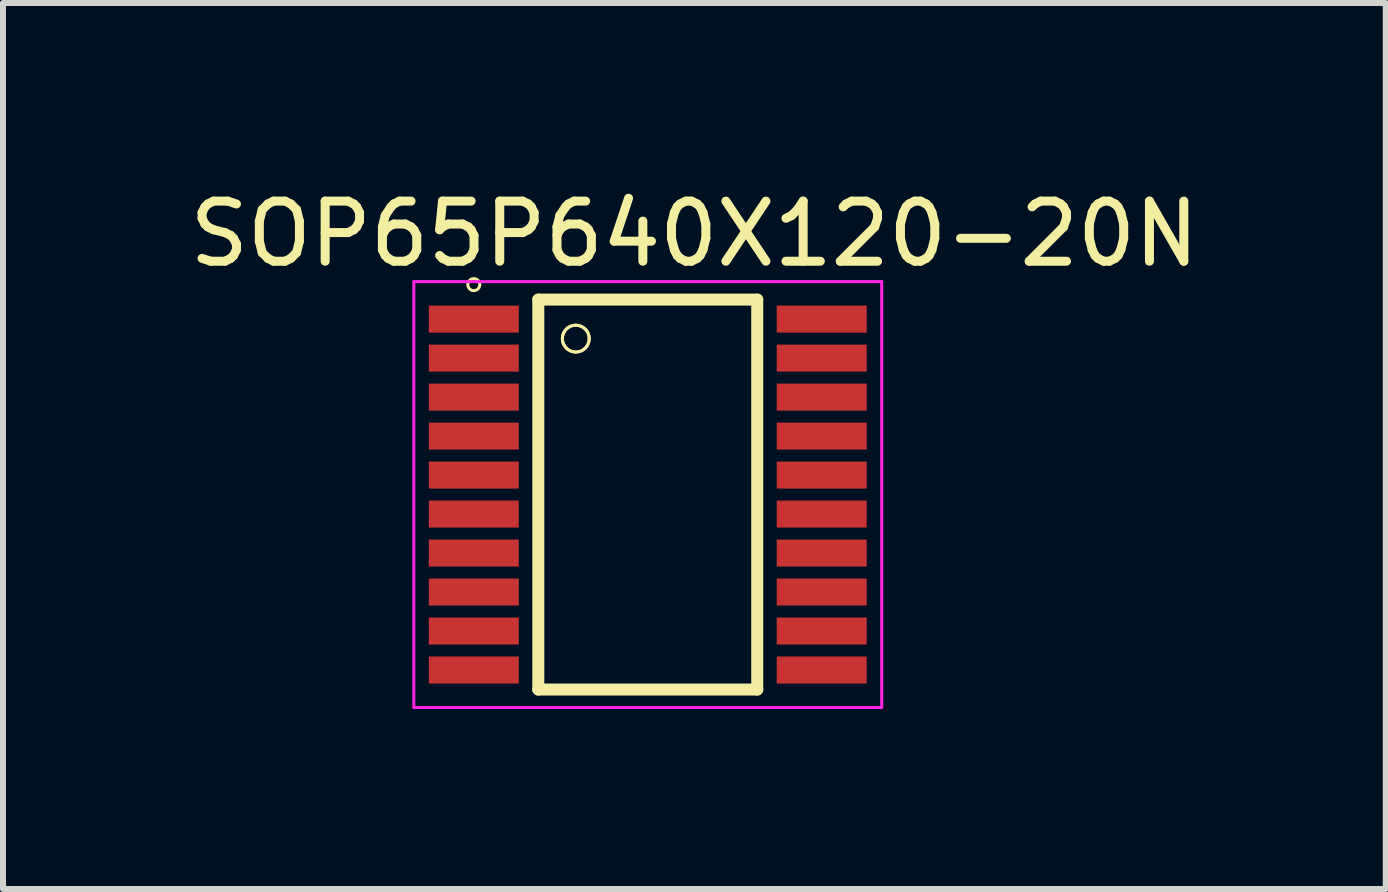
<source format=kicad_pcb>
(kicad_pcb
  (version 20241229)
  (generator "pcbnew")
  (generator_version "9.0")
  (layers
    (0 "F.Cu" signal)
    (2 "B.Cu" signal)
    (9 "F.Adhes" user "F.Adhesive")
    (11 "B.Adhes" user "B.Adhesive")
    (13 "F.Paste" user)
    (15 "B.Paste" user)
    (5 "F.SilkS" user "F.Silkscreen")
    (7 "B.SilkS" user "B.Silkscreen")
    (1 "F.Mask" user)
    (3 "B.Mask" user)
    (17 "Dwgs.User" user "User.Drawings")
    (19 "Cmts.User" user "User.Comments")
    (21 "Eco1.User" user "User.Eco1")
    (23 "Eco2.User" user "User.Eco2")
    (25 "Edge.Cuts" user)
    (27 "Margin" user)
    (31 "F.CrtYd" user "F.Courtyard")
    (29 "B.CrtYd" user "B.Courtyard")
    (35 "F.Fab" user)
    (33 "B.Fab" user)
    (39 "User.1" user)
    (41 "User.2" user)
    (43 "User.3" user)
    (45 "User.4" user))
  (footprint "SOP65P640X120-20N"
    (layer "F.Cu")
    (at 7.749 5.195)
    (property "Reference" "SOP65P640X120-20N" (at 0.777 -4.346 0) (layer "F.SilkS") (effects (font (size 1.002 1.002) (thickness 0.15))))
    (attr through_hole)
    (fp_line (start -1.825 -3.25) (end 1.825 -3.25) (stroke (width 0.2) (type solid)) (layer "F.SilkS"))
    (fp_line (start -1.825 3.25) (end -1.825 -3.25) (stroke (width 0.2) (type solid)) (layer "F.SilkS"))
    (fp_line (start 1.825 -3.25) (end 1.825 3.25) (stroke (width 0.2) (type solid)) (layer "F.SilkS"))
    (fp_line (start 1.825 3.25) (end -1.825 3.25) (stroke (width 0.2) (type solid)) (layer "F.SilkS"))
    (fp_circle (center -2.9 -3.5) (end -2.8 -3.5) (stroke (width 0.05) (type solid)) (fill no) (layer "F.SilkS"))
    (fp_circle (center -1.2 -2.6) (end -0.976 -2.6) (stroke (width 0.05) (type solid)) (fill no) (layer "F.SilkS"))
    (fp_circle (center -1.2 -2.6) (end -0.976 -2.6) (stroke (width 0.05) (type solid)) (fill no) (layer "F.SilkS"))
    (fp_line (start -3.9 -3.55) (end 3.9 -3.55) (stroke (width 0.05) (type solid)) (layer "F.CrtYd"))
    (fp_line (start -3.9 3.55) (end -3.9 -3.55) (stroke (width 0.05) (type solid)) (layer "F.CrtYd"))
    (fp_line (start 3.9 -3.55) (end 3.9 3.55) (stroke (width 0.05) (type solid)) (layer "F.CrtYd"))
    (fp_line (start 3.9 3.55) (end -3.9 3.55) (stroke (width 0.05) (type solid)) (layer "F.CrtYd"))
    (pad "1" smd rect (at -2.9 -2.925) (size 1.5 0.45) (layers "F.Cu" "F.Mask" "F.Paste"))
    (pad "2" smd rect (at -2.9 -2.275) (size 1.5 0.45) (layers "F.Cu" "F.Mask" "F.Paste"))
    (pad "3" smd rect (at -2.9 -1.625) (size 1.5 0.45) (layers "F.Cu" "F.Mask" "F.Paste"))
    (pad "4" smd rect (at -2.9 -0.975) (size 1.5 0.45) (layers "F.Cu" "F.Mask" "F.Paste"))
    (pad "5" smd rect (at -2.9 -0.325) (size 1.5 0.45) (layers "F.Cu" "F.Mask" "F.Paste"))
    (pad "6" smd rect (at -2.9 0.325) (size 1.5 0.45) (layers "F.Cu" "F.Mask" "F.Paste"))
    (pad "7" smd rect (at -2.9 0.975) (size 1.5 0.45) (layers "F.Cu" "F.Mask" "F.Paste"))
    (pad "8" smd rect (at -2.9 1.625) (size 1.5 0.45) (layers "F.Cu" "F.Mask" "F.Paste"))
    (pad "9" smd rect (at -2.9 2.275) (size 1.5 0.45) (layers "F.Cu" "F.Mask" "F.Paste"))
    (pad "10" smd rect (at -2.9 2.925) (size 1.5 0.45) (layers "F.Cu" "F.Mask" "F.Paste"))
    (pad "11" smd rect (at 2.9 2.925) (size 1.5 0.45) (layers "F.Cu" "F.Mask" "F.Paste"))
    (pad "12" smd rect (at 2.9 2.275) (size 1.5 0.45) (layers "F.Cu" "F.Mask" "F.Paste"))
    (pad "13" smd rect (at 2.9 1.625) (size 1.5 0.45) (layers "F.Cu" "F.Mask" "F.Paste"))
    (pad "14" smd rect (at 2.9 0.975) (size 1.5 0.45) (layers "F.Cu" "F.Mask" "F.Paste"))
    (pad "15" smd rect (at 2.9 0.325) (size 1.5 0.45) (layers "F.Cu" "F.Mask" "F.Paste"))
    (pad "16" smd rect (at 2.9 -0.325) (size 1.5 0.45) (layers "F.Cu" "F.Mask" "F.Paste"))
    (pad "17" smd rect (at 2.9 -0.975) (size 1.5 0.45) (layers "F.Cu" "F.Mask" "F.Paste"))
    (pad "18" smd rect (at 2.9 -1.625) (size 1.5 0.45) (layers "F.Cu" "F.Mask" "F.Paste"))
    (pad "19" smd rect (at 2.9 -2.275) (size 1.5 0.45) (layers "F.Cu" "F.Mask" "F.Paste"))
    (pad "20" smd rect (at 2.9 -2.925) (size 1.5 0.45) (layers "F.Cu" "F.Mask" "F.Paste")))
  (gr_rect
    (start -3 -3)
    (end 20.052 11.77)
    (stroke (width 0.1) (type default))
    (fill no)
    (layer "Edge.Cuts")))
</source>
